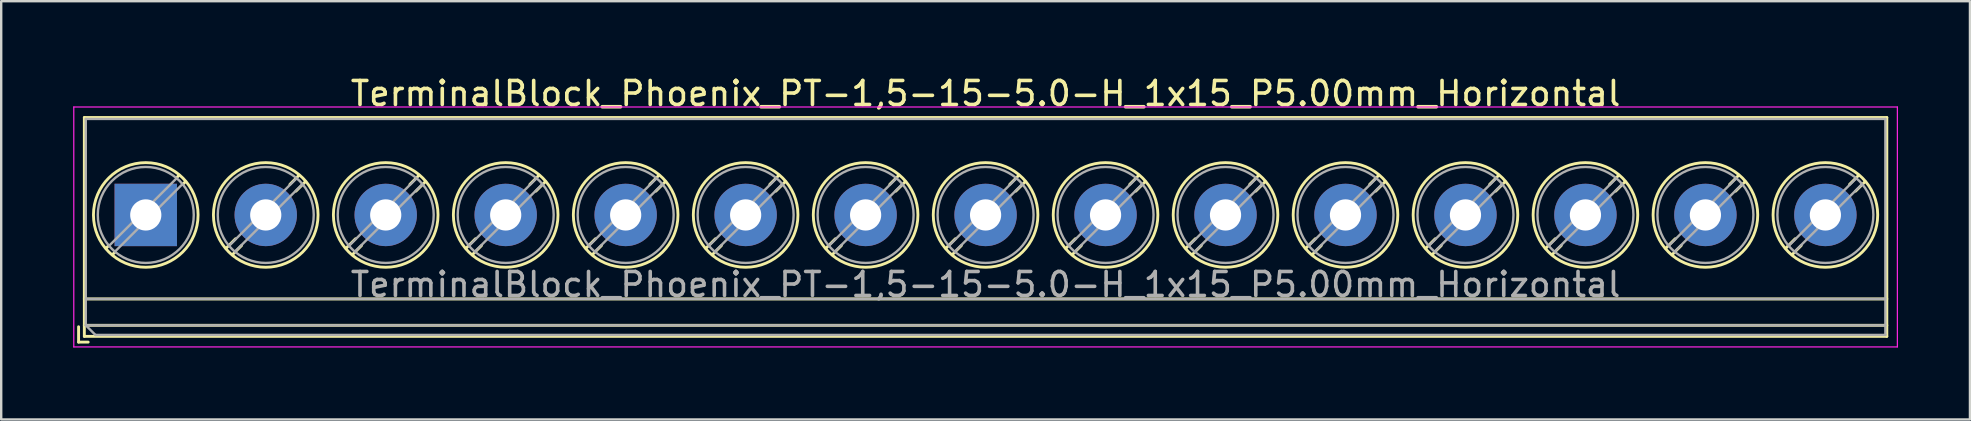
<source format=kicad_pcb>
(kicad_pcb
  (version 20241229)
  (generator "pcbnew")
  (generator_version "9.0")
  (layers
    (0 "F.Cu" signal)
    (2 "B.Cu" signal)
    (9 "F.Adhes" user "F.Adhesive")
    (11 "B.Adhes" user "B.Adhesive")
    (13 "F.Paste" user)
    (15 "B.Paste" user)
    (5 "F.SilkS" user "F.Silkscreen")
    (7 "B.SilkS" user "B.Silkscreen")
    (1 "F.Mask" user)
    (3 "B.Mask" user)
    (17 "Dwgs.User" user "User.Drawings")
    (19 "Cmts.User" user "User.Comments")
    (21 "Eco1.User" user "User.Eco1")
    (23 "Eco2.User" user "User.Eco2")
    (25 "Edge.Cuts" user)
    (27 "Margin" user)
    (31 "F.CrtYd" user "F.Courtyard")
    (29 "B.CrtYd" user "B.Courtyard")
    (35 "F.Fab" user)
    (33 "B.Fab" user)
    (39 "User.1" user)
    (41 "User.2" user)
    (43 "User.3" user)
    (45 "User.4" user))
  (footprint "TerminalBlock_Phoenix_PT-1,5-15-5.0-H_1x15_P5.00mm_Horizontal"
    (layer "F.Cu")
    (at 3.025 5.908)
    (property "Reference" "TerminalBlock_Phoenix_PT-1,5-15-5.0-H_1x15_P5.00mm_Horizontal" (at 35 -5.06 0) (layer "F.SilkS") (effects (font (size 1 1) (thickness 0.15))))
    (attr through_hole)
    (fp_line (start -2.8 4.66) (end -2.8 5.3) (stroke (width 0.12) (type solid)) (layer "F.SilkS"))
    (fp_line (start -2.8 5.3) (end -2.4 5.3) (stroke (width 0.12) (type solid)) (layer "F.SilkS"))
    (fp_line (start -2.56 -4.06) (end -2.56 5.06) (stroke (width 0.12) (type solid)) (layer "F.SilkS"))
    (fp_line (start -2.56 -4.06) (end 72.56 -4.06) (stroke (width 0.12) (type solid)) (layer "F.SilkS"))
    (fp_line (start -2.56 3.5) (end 72.56 3.5) (stroke (width 0.12) (type solid)) (layer "F.SilkS"))
    (fp_line (start -2.56 4.6) (end 72.56 4.6) (stroke (width 0.12) (type solid)) (layer "F.SilkS"))
    (fp_line (start -2.56 5.06) (end 72.56 5.06) (stroke (width 0.12) (type solid)) (layer "F.SilkS"))
    (fp_line (start -1.548 1.281) (end -1.654 1.388) (stroke (width 0.12) (type solid)) (layer "F.SilkS"))
    (fp_line (start -1.282 1.547) (end -1.388 1.654) (stroke (width 0.12) (type solid)) (layer "F.SilkS"))
    (fp_line (start 1.388 -1.654) (end 1.281 -1.547) (stroke (width 0.12) (type solid)) (layer "F.SilkS"))
    (fp_line (start 1.654 -1.388) (end 1.547 -1.281) (stroke (width 0.12) (type solid)) (layer "F.SilkS"))
    (fp_line (start 3.742 0.992) (end 3.347 1.388) (stroke (width 0.12) (type solid)) (layer "F.SilkS"))
    (fp_line (start 3.993 1.274) (end 3.613 1.654) (stroke (width 0.12) (type solid)) (layer "F.SilkS"))
    (fp_line (start 6.388 -1.654) (end 6.008 -1.274) (stroke (width 0.12) (type solid)) (layer "F.SilkS"))
    (fp_line (start 6.654 -1.388) (end 6.259 -0.992) (stroke (width 0.12) (type solid)) (layer "F.SilkS"))
    (fp_line (start 8.742 0.992) (end 8.347 1.388) (stroke (width 0.12) (type solid)) (layer "F.SilkS"))
    (fp_line (start 8.993 1.274) (end 8.613 1.654) (stroke (width 0.12) (type solid)) (layer "F.SilkS"))
    (fp_line (start 11.388 -1.654) (end 11.008 -1.274) (stroke (width 0.12) (type solid)) (layer "F.SilkS"))
    (fp_line (start 11.654 -1.388) (end 11.259 -0.992) (stroke (width 0.12) (type solid)) (layer "F.SilkS"))
    (fp_line (start 13.742 0.992) (end 13.347 1.388) (stroke (width 0.12) (type solid)) (layer "F.SilkS"))
    (fp_line (start 13.993 1.274) (end 13.613 1.654) (stroke (width 0.12) (type solid)) (layer "F.SilkS"))
    (fp_line (start 16.388 -1.654) (end 16.008 -1.274) (stroke (width 0.12) (type solid)) (layer "F.SilkS"))
    (fp_line (start 16.654 -1.388) (end 16.259 -0.992) (stroke (width 0.12) (type solid)) (layer "F.SilkS"))
    (fp_line (start 18.742 0.992) (end 18.347 1.388) (stroke (width 0.12) (type solid)) (layer "F.SilkS"))
    (fp_line (start 18.993 1.274) (end 18.613 1.654) (stroke (width 0.12) (type solid)) (layer "F.SilkS"))
    (fp_line (start 21.388 -1.654) (end 21.008 -1.274) (stroke (width 0.12) (type solid)) (layer "F.SilkS"))
    (fp_line (start 21.654 -1.388) (end 21.259 -0.992) (stroke (width 0.12) (type solid)) (layer "F.SilkS"))
    (fp_line (start 23.742 0.992) (end 23.347 1.388) (stroke (width 0.12) (type solid)) (layer "F.SilkS"))
    (fp_line (start 23.993 1.274) (end 23.613 1.654) (stroke (width 0.12) (type solid)) (layer "F.SilkS"))
    (fp_line (start 26.388 -1.654) (end 26.008 -1.274) (stroke (width 0.12) (type solid)) (layer "F.SilkS"))
    (fp_line (start 26.654 -1.388) (end 26.259 -0.992) (stroke (width 0.12) (type solid)) (layer "F.SilkS"))
    (fp_line (start 28.742 0.992) (end 28.347 1.388) (stroke (width 0.12) (type solid)) (layer "F.SilkS"))
    (fp_line (start 28.993 1.274) (end 28.613 1.654) (stroke (width 0.12) (type solid)) (layer "F.SilkS"))
    (fp_line (start 31.388 -1.654) (end 31.008 -1.274) (stroke (width 0.12) (type solid)) (layer "F.SilkS"))
    (fp_line (start 31.654 -1.388) (end 31.259 -0.992) (stroke (width 0.12) (type solid)) (layer "F.SilkS"))
    (fp_line (start 33.742 0.992) (end 33.347 1.388) (stroke (width 0.12) (type solid)) (layer "F.SilkS"))
    (fp_line (start 33.993 1.274) (end 33.613 1.654) (stroke (width 0.12) (type solid)) (layer "F.SilkS"))
    (fp_line (start 36.388 -1.654) (end 36.008 -1.274) (stroke (width 0.12) (type solid)) (layer "F.SilkS"))
    (fp_line (start 36.654 -1.388) (end 36.259 -0.992) (stroke (width 0.12) (type solid)) (layer "F.SilkS"))
    (fp_line (start 38.742 0.992) (end 38.347 1.388) (stroke (width 0.12) (type solid)) (layer "F.SilkS"))
    (fp_line (start 38.993 1.274) (end 38.613 1.654) (stroke (width 0.12) (type solid)) (layer "F.SilkS"))
    (fp_line (start 41.388 -1.654) (end 41.008 -1.274) (stroke (width 0.12) (type solid)) (layer "F.SilkS"))
    (fp_line (start 41.654 -1.388) (end 41.259 -0.992) (stroke (width 0.12) (type solid)) (layer "F.SilkS"))
    (fp_line (start 43.742 0.992) (end 43.347 1.388) (stroke (width 0.12) (type solid)) (layer "F.SilkS"))
    (fp_line (start 43.993 1.274) (end 43.613 1.654) (stroke (width 0.12) (type solid)) (layer "F.SilkS"))
    (fp_line (start 46.388 -1.654) (end 46.008 -1.274) (stroke (width 0.12) (type solid)) (layer "F.SilkS"))
    (fp_line (start 46.654 -1.388) (end 46.259 -0.992) (stroke (width 0.12) (type solid)) (layer "F.SilkS"))
    (fp_line (start 48.742 0.992) (end 48.347 1.388) (stroke (width 0.12) (type solid)) (layer "F.SilkS"))
    (fp_line (start 48.993 1.274) (end 48.613 1.654) (stroke (width 0.12) (type solid)) (layer "F.SilkS"))
    (fp_line (start 51.388 -1.654) (end 51.008 -1.274) (stroke (width 0.12) (type solid)) (layer "F.SilkS"))
    (fp_line (start 51.654 -1.388) (end 51.259 -0.992) (stroke (width 0.12) (type solid)) (layer "F.SilkS"))
    (fp_line (start 53.742 0.992) (end 53.347 1.388) (stroke (width 0.12) (type solid)) (layer "F.SilkS"))
    (fp_line (start 53.993 1.274) (end 53.613 1.654) (stroke (width 0.12) (type solid)) (layer "F.SilkS"))
    (fp_line (start 56.388 -1.654) (end 56.008 -1.274) (stroke (width 0.12) (type solid)) (layer "F.SilkS"))
    (fp_line (start 56.654 -1.388) (end 56.259 -0.992) (stroke (width 0.12) (type solid)) (layer "F.SilkS"))
    (fp_line (start 58.742 0.992) (end 58.347 1.388) (stroke (width 0.12) (type solid)) (layer "F.SilkS"))
    (fp_line (start 58.993 1.274) (end 58.613 1.654) (stroke (width 0.12) (type solid)) (layer "F.SilkS"))
    (fp_line (start 61.388 -1.654) (end 61.008 -1.274) (stroke (width 0.12) (type solid)) (layer "F.SilkS"))
    (fp_line (start 61.654 -1.388) (end 61.259 -0.992) (stroke (width 0.12) (type solid)) (layer "F.SilkS"))
    (fp_line (start 63.742 0.992) (end 63.347 1.388) (stroke (width 0.12) (type solid)) (layer "F.SilkS"))
    (fp_line (start 63.993 1.274) (end 63.613 1.654) (stroke (width 0.12) (type solid)) (layer "F.SilkS"))
    (fp_line (start 66.388 -1.654) (end 66.008 -1.274) (stroke (width 0.12) (type solid)) (layer "F.SilkS"))
    (fp_line (start 66.654 -1.388) (end 66.259 -0.992) (stroke (width 0.12) (type solid)) (layer "F.SilkS"))
    (fp_line (start 68.742 0.992) (end 68.347 1.388) (stroke (width 0.12) (type solid)) (layer "F.SilkS"))
    (fp_line (start 68.993 1.274) (end 68.613 1.654) (stroke (width 0.12) (type solid)) (layer "F.SilkS"))
    (fp_line (start 71.388 -1.654) (end 71.008 -1.274) (stroke (width 0.12) (type solid)) (layer "F.SilkS"))
    (fp_line (start 71.654 -1.388) (end 71.259 -0.992) (stroke (width 0.12) (type solid)) (layer "F.SilkS"))
    (fp_line (start 72.56 -4.06) (end 72.56 5.06) (stroke (width 0.12) (type solid)) (layer "F.SilkS"))
    (fp_circle (center 0 0) (end 2.18 0) (stroke (width 0.12) (type solid)) (fill no) (layer "F.SilkS"))
    (fp_circle (center 5 0) (end 7.18 0) (stroke (width 0.12) (type solid)) (fill no) (layer "F.SilkS"))
    (fp_circle (center 10 0) (end 12.18 0) (stroke (width 0.12) (type solid)) (fill no) (layer "F.SilkS"))
    (fp_circle (center 15 0) (end 17.18 0) (stroke (width 0.12) (type solid)) (fill no) (layer "F.SilkS"))
    (fp_circle (center 20 0) (end 22.18 0) (stroke (width 0.12) (type solid)) (fill no) (layer "F.SilkS"))
    (fp_circle (center 25 0) (end 27.18 0) (stroke (width 0.12) (type solid)) (fill no) (layer "F.SilkS"))
    (fp_circle (center 30 0) (end 32.18 0) (stroke (width 0.12) (type solid)) (fill no) (layer "F.SilkS"))
    (fp_circle (center 35 0) (end 37.18 0) (stroke (width 0.12) (type solid)) (fill no) (layer "F.SilkS"))
    (fp_circle (center 40 0) (end 42.18 0) (stroke (width 0.12) (type solid)) (fill no) (layer "F.SilkS"))
    (fp_circle (center 45 0) (end 47.18 0) (stroke (width 0.12) (type solid)) (fill no) (layer "F.SilkS"))
    (fp_circle (center 50 0) (end 52.18 0) (stroke (width 0.12) (type solid)) (fill no) (layer "F.SilkS"))
    (fp_circle (center 55 0) (end 57.18 0) (stroke (width 0.12) (type solid)) (fill no) (layer "F.SilkS"))
    (fp_circle (center 60 0) (end 62.18 0) (stroke (width 0.12) (type solid)) (fill no) (layer "F.SilkS"))
    (fp_circle (center 65 0) (end 67.18 0) (stroke (width 0.12) (type solid)) (fill no) (layer "F.SilkS"))
    (fp_circle (center 70 0) (end 72.18 0) (stroke (width 0.12) (type solid)) (fill no) (layer "F.SilkS"))
    (fp_line (start -3 -4.5) (end -3 5.5) (stroke (width 0.05) (type solid)) (layer "F.CrtYd"))
    (fp_line (start -3 5.5) (end 73 5.5) (stroke (width 0.05) (type solid)) (layer "F.CrtYd"))
    (fp_line (start 73 -4.5) (end -3 -4.5) (stroke (width 0.05) (type solid)) (layer "F.CrtYd"))
    (fp_line (start 73 5.5) (end 73 -4.5) (stroke (width 0.05) (type solid)) (layer "F.CrtYd"))
    (fp_line (start -2.5 -4) (end 72.5 -4) (stroke (width 0.1) (type solid)) (layer "F.Fab"))
    (fp_line (start -2.5 3.5) (end 72.5 3.5) (stroke (width 0.1) (type solid)) (layer "F.Fab"))
    (fp_line (start -2.5 4.6) (end -2.5 -4) (stroke (width 0.1) (type solid)) (layer "F.Fab"))
    (fp_line (start -2.5 4.6) (end 72.5 4.6) (stroke (width 0.1) (type solid)) (layer "F.Fab"))
    (fp_line (start -2.1 5) (end -2.5 4.6) (stroke (width 0.1) (type solid)) (layer "F.Fab"))
    (fp_line (start 1.273 -1.517) (end -1.517 1.273) (stroke (width 0.1) (type solid)) (layer "F.Fab"))
    (fp_line (start 1.517 -1.273) (end -1.273 1.517) (stroke (width 0.1) (type solid)) (layer "F.Fab"))
    (fp_line (start 6.273 -1.517) (end 3.484 1.273) (stroke (width 0.1) (type solid)) (layer "F.Fab"))
    (fp_line (start 6.517 -1.273) (end 3.728 1.517) (stroke (width 0.1) (type solid)) (layer "F.Fab"))
    (fp_line (start 11.273 -1.517) (end 8.484 1.273) (stroke (width 0.1) (type solid)) (layer "F.Fab"))
    (fp_line (start 11.517 -1.273) (end 8.728 1.517) (stroke (width 0.1) (type solid)) (layer "F.Fab"))
    (fp_line (start 16.273 -1.517) (end 13.484 1.273) (stroke (width 0.1) (type solid)) (layer "F.Fab"))
    (fp_line (start 16.517 -1.273) (end 13.728 1.517) (stroke (width 0.1) (type solid)) (layer "F.Fab"))
    (fp_line (start 21.273 -1.517) (end 18.484 1.273) (stroke (width 0.1) (type solid)) (layer "F.Fab"))
    (fp_line (start 21.517 -1.273) (end 18.728 1.517) (stroke (width 0.1) (type solid)) (layer "F.Fab"))
    (fp_line (start 26.273 -1.517) (end 23.484 1.273) (stroke (width 0.1) (type solid)) (layer "F.Fab"))
    (fp_line (start 26.517 -1.273) (end 23.728 1.517) (stroke (width 0.1) (type solid)) (layer "F.Fab"))
    (fp_line (start 31.273 -1.517) (end 28.484 1.273) (stroke (width 0.1) (type solid)) (layer "F.Fab"))
    (fp_line (start 31.517 -1.273) (end 28.728 1.517) (stroke (width 0.1) (type solid)) (layer "F.Fab"))
    (fp_line (start 36.273 -1.517) (end 33.484 1.273) (stroke (width 0.1) (type solid)) (layer "F.Fab"))
    (fp_line (start 36.517 -1.273) (end 33.728 1.517) (stroke (width 0.1) (type solid)) (layer "F.Fab"))
    (fp_line (start 41.273 -1.517) (end 38.484 1.273) (stroke (width 0.1) (type solid)) (layer "F.Fab"))
    (fp_line (start 41.517 -1.273) (end 38.728 1.517) (stroke (width 0.1) (type solid)) (layer "F.Fab"))
    (fp_line (start 46.273 -1.517) (end 43.484 1.273) (stroke (width 0.1) (type solid)) (layer "F.Fab"))
    (fp_line (start 46.517 -1.273) (end 43.728 1.517) (stroke (width 0.1) (type solid)) (layer "F.Fab"))
    (fp_line (start 51.273 -1.517) (end 48.484 1.273) (stroke (width 0.1) (type solid)) (layer "F.Fab"))
    (fp_line (start 51.517 -1.273) (end 48.728 1.517) (stroke (width 0.1) (type solid)) (layer "F.Fab"))
    (fp_line (start 56.273 -1.517) (end 53.484 1.273) (stroke (width 0.1) (type solid)) (layer "F.Fab"))
    (fp_line (start 56.517 -1.273) (end 53.728 1.517) (stroke (width 0.1) (type solid)) (layer "F.Fab"))
    (fp_line (start 61.273 -1.517) (end 58.484 1.273) (stroke (width 0.1) (type solid)) (layer "F.Fab"))
    (fp_line (start 61.517 -1.273) (end 58.728 1.517) (stroke (width 0.1) (type solid)) (layer "F.Fab"))
    (fp_line (start 66.273 -1.517) (end 63.484 1.273) (stroke (width 0.1) (type solid)) (layer "F.Fab"))
    (fp_line (start 66.517 -1.273) (end 63.728 1.517) (stroke (width 0.1) (type solid)) (layer "F.Fab"))
    (fp_line (start 71.273 -1.517) (end 68.484 1.273) (stroke (width 0.1) (type solid)) (layer "F.Fab"))
    (fp_line (start 71.517 -1.273) (end 68.728 1.517) (stroke (width 0.1) (type solid)) (layer "F.Fab"))
    (fp_line (start 72.5 -4) (end 72.5 5) (stroke (width 0.1) (type solid)) (layer "F.Fab"))
    (fp_line (start 72.5 5) (end -2.1 5) (stroke (width 0.1) (type solid)) (layer "F.Fab"))
    (fp_circle (center 0 0) (end 2 0) (stroke (width 0.1) (type solid)) (fill no) (layer "F.Fab"))
    (fp_circle (center 5 0) (end 7 0) (stroke (width 0.1) (type solid)) (fill no) (layer "F.Fab"))
    (fp_circle (center 10 0) (end 12 0) (stroke (width 0.1) (type solid)) (fill no) (layer "F.Fab"))
    (fp_circle (center 15 0) (end 17 0) (stroke (width 0.1) (type solid)) (fill no) (layer "F.Fab"))
    (fp_circle (center 20 0) (end 22 0) (stroke (width 0.1) (type solid)) (fill no) (layer "F.Fab"))
    (fp_circle (center 25 0) (end 27 0) (stroke (width 0.1) (type solid)) (fill no) (layer "F.Fab"))
    (fp_circle (center 30 0) (end 32 0) (stroke (width 0.1) (type solid)) (fill no) (layer "F.Fab"))
    (fp_circle (center 35 0) (end 37 0) (stroke (width 0.1) (type solid)) (fill no) (layer "F.Fab"))
    (fp_circle (center 40 0) (end 42 0) (stroke (width 0.1) (type solid)) (fill no) (layer "F.Fab"))
    (fp_circle (center 45 0) (end 47 0) (stroke (width 0.1) (type solid)) (fill no) (layer "F.Fab"))
    (fp_circle (center 50 0) (end 52 0) (stroke (width 0.1) (type solid)) (fill no) (layer "F.Fab"))
    (fp_circle (center 55 0) (end 57 0) (stroke (width 0.1) (type solid)) (fill no) (layer "F.Fab"))
    (fp_circle (center 60 0) (end 62 0) (stroke (width 0.1) (type solid)) (fill no) (layer "F.Fab"))
    (fp_circle (center 65 0) (end 67 0) (stroke (width 0.1) (type solid)) (fill no) (layer "F.Fab"))
    (fp_circle (center 70 0) (end 72 0) (stroke (width 0.1) (type solid)) (fill no) (layer "F.Fab"))
    (fp_text user "${REFERENCE}" (at 35 2.9 0) (layer "F.Fab") (effects (font (size 1 1) (thickness 0.15))))
    (pad "1" thru_hole rect (at 0 0) (size 2.6 2.6) (drill 1.3) (layers "*.Cu" "*.Mask"))
    (pad "2" thru_hole circle (at 5 0) (size 2.6 2.6) (drill 1.3) (layers "*.Cu" "*.Mask"))
    (pad "3" thru_hole circle (at 10 0) (size 2.6 2.6) (drill 1.3) (layers "*.Cu" "*.Mask"))
    (pad "4" thru_hole circle (at 15 0) (size 2.6 2.6) (drill 1.3) (layers "*.Cu" "*.Mask"))
    (pad "5" thru_hole circle (at 20 0) (size 2.6 2.6) (drill 1.3) (layers "*.Cu" "*.Mask"))
    (pad "6" thru_hole circle (at 25 0) (size 2.6 2.6) (drill 1.3) (layers "*.Cu" "*.Mask"))
    (pad "7" thru_hole circle (at 30 0) (size 2.6 2.6) (drill 1.3) (layers "*.Cu" "*.Mask"))
    (pad "8" thru_hole circle (at 35 0) (size 2.6 2.6) (drill 1.3) (layers "*.Cu" "*.Mask"))
    (pad "9" thru_hole circle (at 40 0) (size 2.6 2.6) (drill 1.3) (layers "*.Cu" "*.Mask"))
    (pad "10" thru_hole circle (at 45 0) (size 2.6 2.6) (drill 1.3) (layers "*.Cu" "*.Mask"))
    (pad "11" thru_hole circle (at 50 0) (size 2.6 2.6) (drill 1.3) (layers "*.Cu" "*.Mask"))
    (pad "12" thru_hole circle (at 55 0) (size 2.6 2.6) (drill 1.3) (layers "*.Cu" "*.Mask"))
    (pad "13" thru_hole circle (at 60 0) (size 2.6 2.6) (drill 1.3) (layers "*.Cu" "*.Mask"))
    (pad "14" thru_hole circle (at 65 0) (size 2.6 2.6) (drill 1.3) (layers "*.Cu" "*.Mask"))
    (pad "15" thru_hole circle (at 70 0) (size 2.6 2.6) (drill 1.3) (layers "*.Cu" "*.Mask")))
  (gr_rect
    (start -3 -3)
    (end 79.05 14.433)
    (stroke (width 0.1) (type default))
    (fill no)
    (layer "Edge.Cuts")))
</source>
